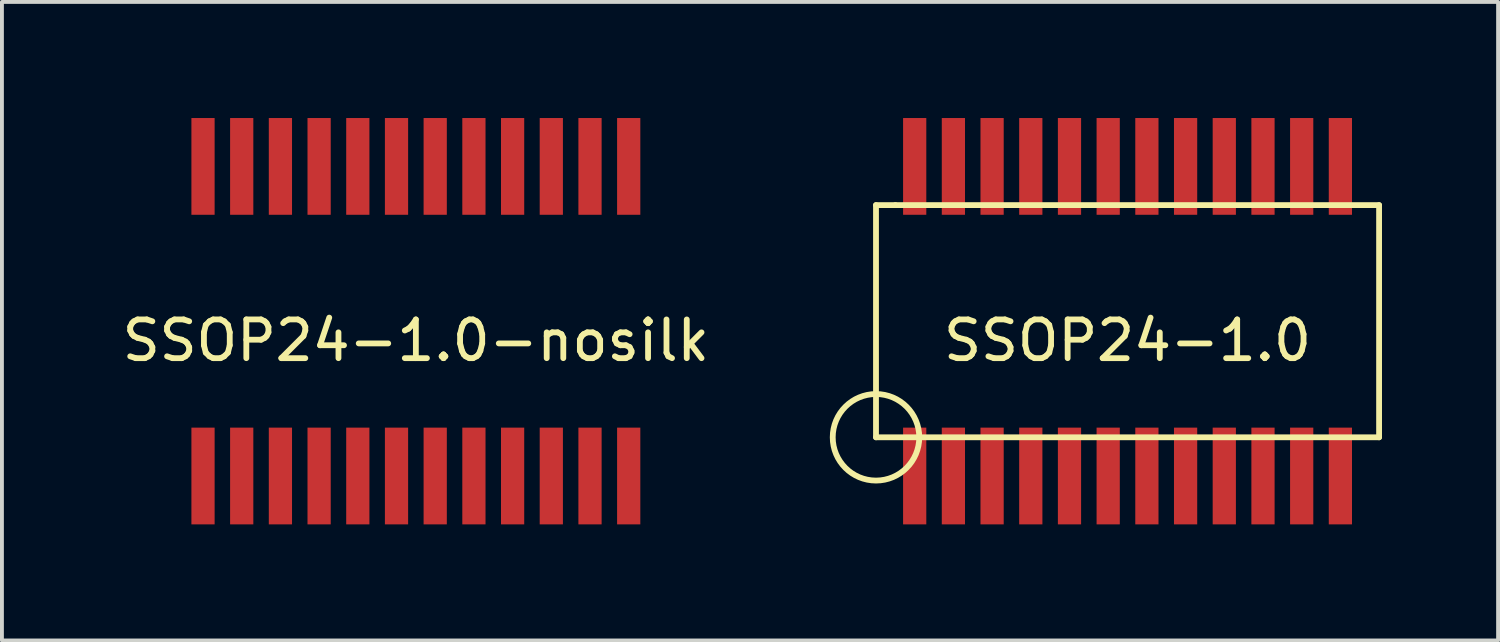
<source format=kicad_pcb>
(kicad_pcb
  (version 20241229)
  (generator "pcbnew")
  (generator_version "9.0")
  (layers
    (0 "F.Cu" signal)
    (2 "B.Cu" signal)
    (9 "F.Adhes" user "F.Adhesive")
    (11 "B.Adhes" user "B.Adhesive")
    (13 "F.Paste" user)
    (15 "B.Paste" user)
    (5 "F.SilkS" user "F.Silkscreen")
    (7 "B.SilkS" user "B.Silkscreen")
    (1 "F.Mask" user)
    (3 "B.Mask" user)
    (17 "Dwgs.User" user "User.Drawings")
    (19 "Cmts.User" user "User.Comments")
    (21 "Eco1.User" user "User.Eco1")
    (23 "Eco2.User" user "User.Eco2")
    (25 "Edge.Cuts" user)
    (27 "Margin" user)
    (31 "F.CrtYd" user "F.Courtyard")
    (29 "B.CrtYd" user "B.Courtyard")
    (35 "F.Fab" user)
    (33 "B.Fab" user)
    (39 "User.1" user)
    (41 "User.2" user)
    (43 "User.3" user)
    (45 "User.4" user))
  (footprint "SSOP24-1.0-nosilk"
    (layer "F.Cu")
    (at 7.696 5.25)
    (property "Reference" "SSOP24-1.0-nosilk" (at 0 0.5 0) (layer "F.SilkS") (effects (font (size 1 1) (thickness 0.15))))
    (attr through_hole)
    (pad "1" smd rect (at -5.5 4) (size 0.6 2.5) (layers "F.Cu" "F.Mask" "F.Paste"))
    (pad "2" smd rect (at -4.5 4) (size 0.6 2.5) (layers "F.Cu" "F.Mask" "F.Paste"))
    (pad "3" smd rect (at -3.5 4) (size 0.6 2.5) (layers "F.Cu" "F.Mask" "F.Paste"))
    (pad "4" smd rect (at -2.5 4) (size 0.6 2.5) (layers "F.Cu" "F.Mask" "F.Paste"))
    (pad "5" smd rect (at -1.5 4) (size 0.6 2.5) (layers "F.Cu" "F.Mask" "F.Paste"))
    (pad "6" smd rect (at -0.5 4) (size 0.6 2.5) (layers "F.Cu" "F.Mask" "F.Paste"))
    (pad "7" smd rect (at 0.5 4) (size 0.6 2.5) (layers "F.Cu" "F.Mask" "F.Paste"))
    (pad "8" smd rect (at 1.5 4) (size 0.6 2.5) (layers "F.Cu" "F.Mask" "F.Paste"))
    (pad "9" smd rect (at 2.5 4) (size 0.6 2.5) (layers "F.Cu" "F.Mask" "F.Paste"))
    (pad "10" smd rect (at 3.5 4) (size 0.6 2.5) (layers "F.Cu" "F.Mask" "F.Paste"))
    (pad "11" smd rect (at 4.5 4) (size 0.6 2.5) (layers "F.Cu" "F.Mask" "F.Paste"))
    (pad "12" smd rect (at 5.5 4) (size 0.6 2.5) (layers "F.Cu" "F.Mask" "F.Paste"))
    (pad "13" smd rect (at 5.5 -4) (size 0.6 2.5) (layers "F.Cu" "F.Mask" "F.Paste"))
    (pad "14" smd rect (at 4.5 -4) (size 0.6 2.5) (layers "F.Cu" "F.Mask" "F.Paste"))
    (pad "15" smd rect (at 3.5 -4) (size 0.6 2.5) (layers "F.Cu" "F.Mask" "F.Paste"))
    (pad "16" smd rect (at 2.5 -4) (size 0.6 2.5) (layers "F.Cu" "F.Mask" "F.Paste"))
    (pad "17" smd rect (at 1.5 -4) (size 0.6 2.5) (layers "F.Cu" "F.Mask" "F.Paste"))
    (pad "18" smd rect (at 0.5 -4) (size 0.6 2.5) (layers "F.Cu" "F.Mask" "F.Paste"))
    (pad "19" smd rect (at -0.5 -4) (size 0.6 2.5) (layers "F.Cu" "F.Mask" "F.Paste"))
    (pad "20" smd rect (at -1.5 -4) (size 0.6 2.5) (layers "F.Cu" "F.Mask" "F.Paste"))
    (pad "21" smd rect (at -2.5 -4) (size 0.6 2.5) (layers "F.Cu" "F.Mask" "F.Paste"))
    (pad "22" smd rect (at -3.5 -4) (size 0.6 2.5) (layers "F.Cu" "F.Mask" "F.Paste"))
    (pad "23" smd rect (at -4.5 -4) (size 0.6 2.5) (layers "F.Cu" "F.Mask" "F.Paste"))
    (pad "24" smd rect (at -5.5 -4) (size 0.6 2.5) (layers "F.Cu" "F.Mask" "F.Paste")))
  (footprint "SSOP24-1.0"
    (layer "F.Cu")
    (at 26.086 5.25)
    (property "Reference" "SSOP24-1.0" (at 0 0.5 0) (layer "F.SilkS") (effects (font (size 1 1) (thickness 0.15))))
    (attr through_hole)
    (fp_line (start -6.5 -3) (end -6 -3) (stroke (width 0.15) (type solid)) (layer "F.SilkS"))
    (fp_line (start -6.5 3) (end -6.5 -3) (stroke (width 0.15) (type solid)) (layer "F.SilkS"))
    (fp_line (start -6 -3) (end 6.5 -3) (stroke (width 0.15) (type solid)) (layer "F.SilkS"))
    (fp_line (start 6.5 -3) (end 6.5 3) (stroke (width 0.15) (type solid)) (layer "F.SilkS"))
    (fp_line (start 6.5 3) (end -6.5 3) (stroke (width 0.15) (type solid)) (layer "F.SilkS"))
    (fp_circle (center -6.5 3) (end -5.5 2.5) (stroke (width 0.15) (type solid)) (fill no) (layer "F.SilkS"))
    (pad "1" smd rect (at -5.5 4) (size 0.6 2.5) (layers "F.Cu" "F.Mask" "F.Paste"))
    (pad "2" smd rect (at -4.5 4) (size 0.6 2.5) (layers "F.Cu" "F.Mask" "F.Paste"))
    (pad "3" smd rect (at -3.5 4) (size 0.6 2.5) (layers "F.Cu" "F.Mask" "F.Paste"))
    (pad "4" smd rect (at -2.5 4) (size 0.6 2.5) (layers "F.Cu" "F.Mask" "F.Paste"))
    (pad "5" smd rect (at -1.5 4) (size 0.6 2.5) (layers "F.Cu" "F.Mask" "F.Paste"))
    (pad "6" smd rect (at -0.5 4) (size 0.6 2.5) (layers "F.Cu" "F.Mask" "F.Paste"))
    (pad "7" smd rect (at 0.5 4) (size 0.6 2.5) (layers "F.Cu" "F.Mask" "F.Paste"))
    (pad "8" smd rect (at 1.5 4) (size 0.6 2.5) (layers "F.Cu" "F.Mask" "F.Paste"))
    (pad "9" smd rect (at 2.5 4) (size 0.6 2.5) (layers "F.Cu" "F.Mask" "F.Paste"))
    (pad "10" smd rect (at 3.5 4) (size 0.6 2.5) (layers "F.Cu" "F.Mask" "F.Paste"))
    (pad "11" smd rect (at 4.5 4) (size 0.6 2.5) (layers "F.Cu" "F.Mask" "F.Paste"))
    (pad "12" smd rect (at 5.5 4) (size 0.6 2.5) (layers "F.Cu" "F.Mask" "F.Paste"))
    (pad "13" smd rect (at 5.5 -4) (size 0.6 2.5) (layers "F.Cu" "F.Mask" "F.Paste"))
    (pad "14" smd rect (at 4.5 -4) (size 0.6 2.5) (layers "F.Cu" "F.Mask" "F.Paste"))
    (pad "15" smd rect (at 3.5 -4) (size 0.6 2.5) (layers "F.Cu" "F.Mask" "F.Paste"))
    (pad "16" smd rect (at 2.5 -4) (size 0.6 2.5) (layers "F.Cu" "F.Mask" "F.Paste"))
    (pad "17" smd rect (at 1.5 -4) (size 0.6 2.5) (layers "F.Cu" "F.Mask" "F.Paste"))
    (pad "18" smd rect (at 0.5 -4) (size 0.6 2.5) (layers "F.Cu" "F.Mask" "F.Paste"))
    (pad "19" smd rect (at -0.5 -4) (size 0.6 2.5) (layers "F.Cu" "F.Mask" "F.Paste"))
    (pad "20" smd rect (at -1.5 -4) (size 0.6 2.5) (layers "F.Cu" "F.Mask" "F.Paste"))
    (pad "21" smd rect (at -2.5 -4) (size 0.6 2.5) (layers "F.Cu" "F.Mask" "F.Paste"))
    (pad "22" smd rect (at -3.5 -4) (size 0.6 2.5) (layers "F.Cu" "F.Mask" "F.Paste"))
    (pad "23" smd rect (at -4.5 -4) (size 0.6 2.5) (layers "F.Cu" "F.Mask" "F.Paste"))
    (pad "24" smd rect (at -5.5 -4) (size 0.6 2.5) (layers "F.Cu" "F.Mask" "F.Paste")))
  (gr_rect
    (start -3 -3)
    (end 35.661 13.5)
    (stroke (width 0.1) (type default))
    (fill no)
    (layer "Edge.Cuts")))
</source>
